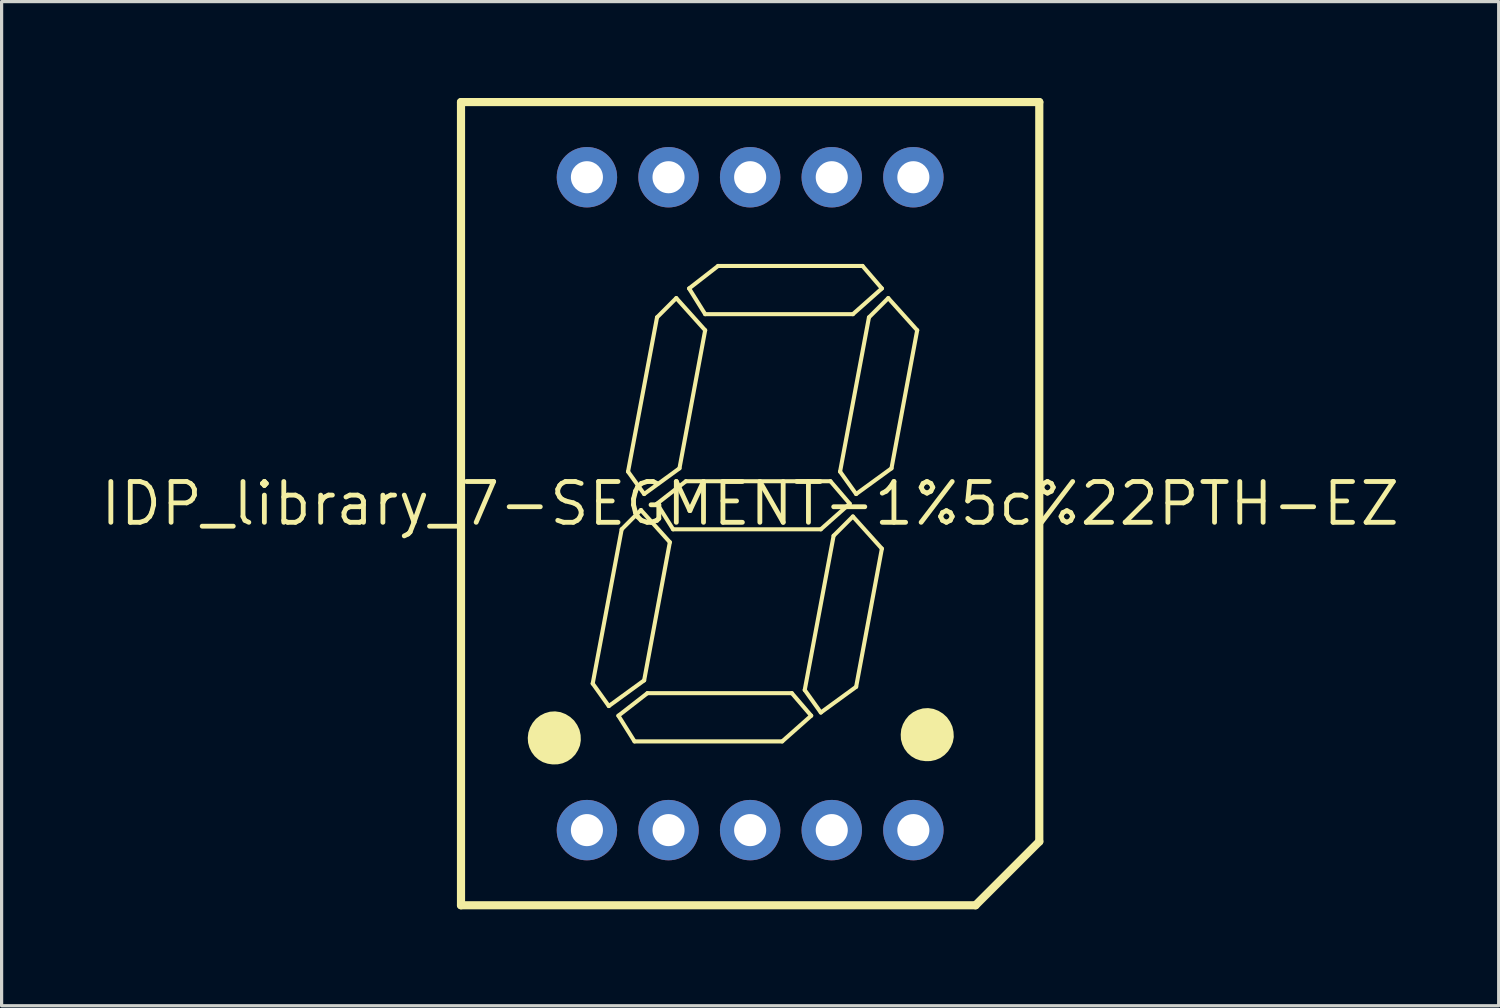
<source format=kicad_pcb>
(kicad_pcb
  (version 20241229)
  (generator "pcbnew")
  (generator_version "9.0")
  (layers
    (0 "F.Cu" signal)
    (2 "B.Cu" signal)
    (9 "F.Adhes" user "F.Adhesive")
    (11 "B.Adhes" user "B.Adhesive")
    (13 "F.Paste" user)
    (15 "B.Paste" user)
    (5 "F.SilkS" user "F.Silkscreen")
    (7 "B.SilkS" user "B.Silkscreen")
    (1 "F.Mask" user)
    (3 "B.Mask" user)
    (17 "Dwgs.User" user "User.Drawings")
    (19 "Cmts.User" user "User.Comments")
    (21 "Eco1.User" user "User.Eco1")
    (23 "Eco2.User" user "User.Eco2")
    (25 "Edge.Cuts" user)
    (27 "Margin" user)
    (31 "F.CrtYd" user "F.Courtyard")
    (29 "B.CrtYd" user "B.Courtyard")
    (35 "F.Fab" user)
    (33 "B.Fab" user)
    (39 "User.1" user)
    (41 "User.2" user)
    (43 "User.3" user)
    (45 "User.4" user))
  (footprint "IDP_library_7-SEGMENT-1%5c%22PTH-EZ"
    (layer "F.Cu")
    (at 20.297 12.626)
    (property "Reference" "IDP_library_7-SEGMENT-1%5c%22PTH-EZ" (at 0 0 0) (layer "F.SilkS") (effects (font (size 1.27 1.27) (thickness 0.15))))
    (attr exclude_from_pos_files exclude_from_bom)
    (fp_poly (pts (xy -4.648 -10.15) (xy -4.658 -10.249) (xy -4.689 -10.34) (xy -4.74 -10.424) (xy -4.808 -10.493) (xy -4.892 -10.546) (xy -4.983 -10.579) (xy -5.083 -10.592) (xy -5.177 -10.579) (xy -5.268 -10.549) (xy -5.349 -10.498) (xy -5.418 -10.429) (xy -5.469 -10.348) (xy -5.499 -10.257) (xy -5.512 -10.163) (xy -5.499 -10.063) (xy -5.469 -9.972) (xy -5.418 -9.888) (xy -5.349 -9.82) (xy -5.265 -9.766) (xy -5.174 -9.733) (xy -5.075 -9.721) (xy -4.981 -9.733) (xy -4.889 -9.764) (xy -4.808 -9.815) (xy -4.74 -9.883) (xy -4.689 -9.964) (xy -4.658 -10.056) (xy -4.648 -10.15)) (stroke (width 0.127) (type solid)) (fill yes) (layer "F.Mask"))
    (fp_poly (pts (xy -4.648 10.168) (xy -4.658 10.069) (xy -4.689 9.977) (xy -4.74 9.893) (xy -4.808 9.825) (xy -4.892 9.771) (xy -4.983 9.738) (xy -5.083 9.728) (xy -5.177 9.738) (xy -5.268 9.769) (xy -5.349 9.82) (xy -5.418 9.888) (xy -5.469 9.97) (xy -5.499 10.061) (xy -5.512 10.155) (xy -5.499 10.254) (xy -5.469 10.345) (xy -5.418 10.429) (xy -5.349 10.498) (xy -5.265 10.551) (xy -5.174 10.584) (xy -5.075 10.597) (xy -4.981 10.584) (xy -4.889 10.554) (xy -4.808 10.503) (xy -4.74 10.434) (xy -4.689 10.353) (xy -4.658 10.262) (xy -4.648 10.168)) (stroke (width 0.127) (type solid)) (fill yes) (layer "F.Mask"))
    (fp_poly (pts (xy -2.108 -10.15) (xy -2.118 -10.249) (xy -2.149 -10.34) (xy -2.2 -10.424) (xy -2.268 -10.493) (xy -2.352 -10.546) (xy -2.443 -10.579) (xy -2.543 -10.592) (xy -2.637 -10.579) (xy -2.728 -10.549) (xy -2.809 -10.498) (xy -2.878 -10.429) (xy -2.929 -10.348) (xy -2.959 -10.257) (xy -2.972 -10.163) (xy -2.959 -10.063) (xy -2.929 -9.972) (xy -2.878 -9.888) (xy -2.809 -9.82) (xy -2.725 -9.766) (xy -2.634 -9.733) (xy -2.535 -9.721) (xy -2.441 -9.733) (xy -2.349 -9.764) (xy -2.268 -9.815) (xy -2.2 -9.883) (xy -2.149 -9.964) (xy -2.118 -10.056) (xy -2.108 -10.15)) (stroke (width 0.127) (type solid)) (fill yes) (layer "F.Mask"))
    (fp_poly (pts (xy -2.108 10.168) (xy -2.118 10.069) (xy -2.149 9.977) (xy -2.2 9.893) (xy -2.268 9.825) (xy -2.352 9.771) (xy -2.443 9.738) (xy -2.543 9.728) (xy -2.637 9.738) (xy -2.728 9.769) (xy -2.809 9.82) (xy -2.878 9.888) (xy -2.929 9.97) (xy -2.959 10.061) (xy -2.972 10.155) (xy -2.959 10.254) (xy -2.929 10.345) (xy -2.878 10.429) (xy -2.809 10.498) (xy -2.725 10.551) (xy -2.634 10.584) (xy -2.535 10.597) (xy -2.441 10.584) (xy -2.349 10.554) (xy -2.268 10.503) (xy -2.2 10.434) (xy -2.149 10.353) (xy -2.118 10.262) (xy -2.108 10.168)) (stroke (width 0.127) (type solid)) (fill yes) (layer "F.Mask"))
    (fp_poly (pts (xy 0.432 -10.15) (xy 0.419 -10.249) (xy 0.389 -10.34) (xy 0.338 -10.424) (xy 0.269 -10.493) (xy 0.185 -10.546) (xy 0.094 -10.579) (xy -0.003 -10.592) (xy -0.097 -10.579) (xy -0.188 -10.549) (xy -0.269 -10.498) (xy -0.338 -10.429) (xy -0.389 -10.348) (xy -0.419 -10.257) (xy -0.432 -10.163) (xy -0.419 -10.063) (xy -0.389 -9.972) (xy -0.338 -9.888) (xy -0.269 -9.82) (xy -0.185 -9.766) (xy -0.094 -9.733) (xy 0.003 -9.721) (xy 0.097 -9.733) (xy 0.188 -9.764) (xy 0.269 -9.815) (xy 0.338 -9.883) (xy 0.389 -9.964) (xy 0.419 -10.056) (xy 0.432 -10.15)) (stroke (width 0.127) (type solid)) (fill yes) (layer "F.Mask"))
    (fp_poly (pts (xy 0.432 10.168) (xy 0.419 10.069) (xy 0.389 9.977) (xy 0.338 9.893) (xy 0.269 9.825) (xy 0.185 9.771) (xy 0.094 9.738) (xy -0.003 9.728) (xy -0.097 9.738) (xy -0.188 9.769) (xy -0.269 9.82) (xy -0.338 9.888) (xy -0.389 9.97) (xy -0.419 10.061) (xy -0.432 10.155) (xy -0.419 10.254) (xy -0.389 10.345) (xy -0.338 10.429) (xy -0.269 10.498) (xy -0.185 10.551) (xy -0.094 10.584) (xy 0.003 10.597) (xy 0.097 10.584) (xy 0.188 10.554) (xy 0.269 10.503) (xy 0.338 10.434) (xy 0.389 10.353) (xy 0.419 10.262) (xy 0.432 10.168)) (stroke (width 0.127) (type solid)) (fill yes) (layer "F.Mask"))
    (fp_poly (pts (xy 2.972 -10.15) (xy 2.959 -10.249) (xy 2.929 -10.34) (xy 2.878 -10.424) (xy 2.809 -10.493) (xy 2.725 -10.546) (xy 2.634 -10.579) (xy 2.535 -10.592) (xy 2.441 -10.579) (xy 2.349 -10.549) (xy 2.268 -10.498) (xy 2.2 -10.429) (xy 2.149 -10.348) (xy 2.118 -10.257) (xy 2.108 -10.163) (xy 2.118 -10.063) (xy 2.149 -9.972) (xy 2.2 -9.888) (xy 2.268 -9.82) (xy 2.352 -9.766) (xy 2.443 -9.733) (xy 2.543 -9.721) (xy 2.637 -9.733) (xy 2.728 -9.764) (xy 2.809 -9.815) (xy 2.878 -9.883) (xy 2.929 -9.964) (xy 2.959 -10.056) (xy 2.972 -10.15)) (stroke (width 0.127) (type solid)) (fill yes) (layer "F.Mask"))
    (fp_poly (pts (xy 2.972 10.168) (xy 2.959 10.069) (xy 2.929 9.977) (xy 2.878 9.893) (xy 2.809 9.825) (xy 2.725 9.771) (xy 2.634 9.738) (xy 2.535 9.728) (xy 2.441 9.738) (xy 2.349 9.769) (xy 2.268 9.82) (xy 2.2 9.888) (xy 2.149 9.97) (xy 2.118 10.061) (xy 2.108 10.155) (xy 2.118 10.254) (xy 2.149 10.345) (xy 2.2 10.429) (xy 2.268 10.498) (xy 2.352 10.551) (xy 2.443 10.584) (xy 2.543 10.597) (xy 2.637 10.584) (xy 2.728 10.554) (xy 2.809 10.503) (xy 2.878 10.434) (xy 2.929 10.353) (xy 2.959 10.262) (xy 2.972 10.168)) (stroke (width 0.127) (type solid)) (fill yes) (layer "F.Mask"))
    (fp_poly (pts (xy 5.512 -10.15) (xy 5.499 -10.249) (xy 5.469 -10.34) (xy 5.418 -10.424) (xy 5.349 -10.493) (xy 5.265 -10.546) (xy 5.174 -10.579) (xy 5.075 -10.592) (xy 4.981 -10.579) (xy 4.889 -10.549) (xy 4.808 -10.498) (xy 4.74 -10.429) (xy 4.689 -10.348) (xy 4.658 -10.257) (xy 4.648 -10.163) (xy 4.658 -10.063) (xy 4.689 -9.972) (xy 4.74 -9.888) (xy 4.808 -9.82) (xy 4.892 -9.766) (xy 4.983 -9.733) (xy 5.083 -9.721) (xy 5.177 -9.733) (xy 5.268 -9.764) (xy 5.349 -9.815) (xy 5.418 -9.883) (xy 5.469 -9.964) (xy 5.499 -10.056) (xy 5.512 -10.15)) (stroke (width 0.127) (type solid)) (fill yes) (layer "F.Mask"))
    (fp_poly (pts (xy 5.512 10.168) (xy 5.499 10.069) (xy 5.469 9.977) (xy 5.418 9.893) (xy 5.349 9.825) (xy 5.265 9.771) (xy 5.174 9.738) (xy 5.075 9.728) (xy 4.981 9.738) (xy 4.889 9.769) (xy 4.808 9.82) (xy 4.74 9.888) (xy 4.689 9.97) (xy 4.658 10.061) (xy 4.648 10.155) (xy 4.658 10.254) (xy 4.689 10.345) (xy 4.74 10.429) (xy 4.808 10.498) (xy 4.892 10.551) (xy 4.983 10.584) (xy 5.083 10.597) (xy 5.177 10.584) (xy 5.268 10.554) (xy 5.349 10.503) (xy 5.418 10.434) (xy 5.469 10.353) (xy 5.499 10.262) (xy 5.512 10.168)) (stroke (width 0.127) (type solid)) (fill yes) (layer "F.Mask"))
    (fp_poly (pts (xy -5.088 -9.241) (xy -5.268 -9.258) (xy -5.441 -9.309) (xy -5.601 -9.393) (xy -5.743 -9.505) (xy -5.857 -9.644) (xy -5.946 -9.802) (xy -5.999 -9.975) (xy -6.02 -10.152) (xy -5.999 -10.335) (xy -5.946 -10.511) (xy -5.86 -10.673) (xy -5.745 -10.813) (xy -5.603 -10.93) (xy -5.441 -11.016) (xy -5.265 -11.069) (xy -5.085 -11.087) (xy -4.902 -11.069) (xy -4.727 -11.016) (xy -4.567 -10.93) (xy -4.425 -10.815) (xy -4.31 -10.676) (xy -4.224 -10.513) (xy -4.171 -10.34) (xy -4.153 -10.16) (xy -4.171 -9.977) (xy -4.227 -9.804) (xy -4.313 -9.644) (xy -4.43 -9.507) (xy -4.572 -9.393) (xy -4.735 -9.309) (xy -4.907 -9.258) (xy -5.088 -9.241)) (stroke (width 0.127) (type solid)) (fill yes) (layer "B.Mask"))
    (fp_poly (pts (xy -5.088 11.077) (xy -5.268 11.059) (xy -5.441 11.008) (xy -5.601 10.925) (xy -5.743 10.813) (xy -5.857 10.673) (xy -5.946 10.516) (xy -5.999 10.343) (xy -6.02 10.165) (xy -5.999 9.982) (xy -5.946 9.807) (xy -5.86 9.644) (xy -5.745 9.505) (xy -5.603 9.388) (xy -5.441 9.301) (xy -5.265 9.248) (xy -5.085 9.233) (xy -4.902 9.248) (xy -4.727 9.301) (xy -4.567 9.388) (xy -4.425 9.502) (xy -4.31 9.642) (xy -4.224 9.804) (xy -4.171 9.977) (xy -4.153 10.16) (xy -4.171 10.34) (xy -4.227 10.513) (xy -4.313 10.673) (xy -4.43 10.81) (xy -4.572 10.925) (xy -4.735 11.008) (xy -4.907 11.059) (xy -5.088 11.077)) (stroke (width 0.127) (type solid)) (fill yes) (layer "B.Mask"))
    (fp_poly (pts (xy -2.548 -9.241) (xy -2.728 -9.258) (xy -2.901 -9.309) (xy -3.061 -9.393) (xy -3.203 -9.505) (xy -3.317 -9.644) (xy -3.406 -9.802) (xy -3.459 -9.975) (xy -3.48 -10.152) (xy -3.459 -10.335) (xy -3.406 -10.511) (xy -3.32 -10.673) (xy -3.205 -10.813) (xy -3.063 -10.93) (xy -2.901 -11.016) (xy -2.725 -11.069) (xy -2.545 -11.087) (xy -2.362 -11.069) (xy -2.187 -11.016) (xy -2.027 -10.93) (xy -1.885 -10.815) (xy -1.77 -10.676) (xy -1.684 -10.513) (xy -1.631 -10.34) (xy -1.613 -10.16) (xy -1.631 -9.977) (xy -1.687 -9.804) (xy -1.773 -9.644) (xy -1.89 -9.507) (xy -2.032 -9.393) (xy -2.195 -9.309) (xy -2.367 -9.258) (xy -2.548 -9.241)) (stroke (width 0.127) (type solid)) (fill yes) (layer "B.Mask"))
    (fp_poly (pts (xy -2.548 11.077) (xy -2.728 11.059) (xy -2.901 11.008) (xy -3.061 10.925) (xy -3.203 10.813) (xy -3.317 10.673) (xy -3.406 10.516) (xy -3.459 10.343) (xy -3.48 10.165) (xy -3.459 9.982) (xy -3.406 9.807) (xy -3.32 9.644) (xy -3.205 9.505) (xy -3.063 9.388) (xy -2.901 9.301) (xy -2.725 9.248) (xy -2.545 9.233) (xy -2.362 9.248) (xy -2.187 9.301) (xy -2.027 9.388) (xy -1.885 9.502) (xy -1.77 9.642) (xy -1.684 9.804) (xy -1.631 9.977) (xy -1.613 10.16) (xy -1.631 10.34) (xy -1.687 10.513) (xy -1.773 10.673) (xy -1.89 10.81) (xy -2.032 10.925) (xy -2.195 11.008) (xy -2.367 11.059) (xy -2.548 11.077)) (stroke (width 0.127) (type solid)) (fill yes) (layer "B.Mask"))
    (fp_poly (pts (xy -0.008 -9.241) (xy -0.188 -9.258) (xy -0.361 -9.309) (xy -0.521 -9.393) (xy -0.663 -9.505) (xy -0.777 -9.644) (xy -0.866 -9.802) (xy -0.919 -9.975) (xy -0.94 -10.152) (xy -0.919 -10.335) (xy -0.866 -10.511) (xy -0.78 -10.673) (xy -0.665 -10.813) (xy -0.523 -10.93) (xy -0.361 -11.016) (xy -0.185 -11.069) (xy -0.005 -11.087) (xy 0.175 -11.069) (xy 0.351 -11.016) (xy 0.511 -10.93) (xy 0.653 -10.815) (xy 0.767 -10.676) (xy 0.853 -10.513) (xy 0.907 -10.34) (xy 0.927 -10.16) (xy 0.907 -9.977) (xy 0.851 -9.804) (xy 0.765 -9.644) (xy 0.648 -9.507) (xy 0.505 -9.393) (xy 0.343 -9.309) (xy 0.17 -9.258) (xy -0.008 -9.241)) (stroke (width 0.127) (type solid)) (fill yes) (layer "B.Mask"))
    (fp_poly (pts (xy -0.008 11.077) (xy -0.188 11.059) (xy -0.361 11.008) (xy -0.521 10.925) (xy -0.663 10.813) (xy -0.777 10.673) (xy -0.866 10.516) (xy -0.919 10.343) (xy -0.94 10.165) (xy -0.919 9.982) (xy -0.866 9.807) (xy -0.78 9.644) (xy -0.665 9.505) (xy -0.523 9.388) (xy -0.361 9.301) (xy -0.185 9.248) (xy -0.005 9.233) (xy 0.175 9.248) (xy 0.351 9.301) (xy 0.511 9.388) (xy 0.653 9.502) (xy 0.767 9.642) (xy 0.853 9.804) (xy 0.907 9.977) (xy 0.927 10.16) (xy 0.907 10.34) (xy 0.851 10.513) (xy 0.765 10.673) (xy 0.648 10.81) (xy 0.505 10.925) (xy 0.343 11.008) (xy 0.17 11.059) (xy -0.008 11.077)) (stroke (width 0.127) (type solid)) (fill yes) (layer "B.Mask"))
    (fp_poly (pts (xy 2.53 -9.241) (xy 2.349 -9.258) (xy 2.177 -9.309) (xy 2.017 -9.393) (xy 1.875 -9.505) (xy 1.76 -9.644) (xy 1.671 -9.802) (xy 1.618 -9.975) (xy 1.6 -10.152) (xy 1.618 -10.335) (xy 1.671 -10.511) (xy 1.758 -10.673) (xy 1.872 -10.813) (xy 2.014 -10.93) (xy 2.177 -11.016) (xy 2.352 -11.069) (xy 2.532 -11.087) (xy 2.715 -11.069) (xy 2.891 -11.016) (xy 3.051 -10.93) (xy 3.193 -10.815) (xy 3.307 -10.676) (xy 3.393 -10.513) (xy 3.447 -10.34) (xy 3.467 -10.16) (xy 3.447 -9.977) (xy 3.391 -9.804) (xy 3.305 -9.644) (xy 3.188 -9.507) (xy 3.045 -9.393) (xy 2.883 -9.309) (xy 2.71 -9.258) (xy 2.53 -9.241)) (stroke (width 0.127) (type solid)) (fill yes) (layer "B.Mask"))
    (fp_poly (pts (xy 2.53 11.077) (xy 2.349 11.059) (xy 2.177 11.008) (xy 2.017 10.925) (xy 1.875 10.813) (xy 1.76 10.673) (xy 1.671 10.516) (xy 1.618 10.343) (xy 1.6 10.165) (xy 1.618 9.982) (xy 1.671 9.807) (xy 1.758 9.644) (xy 1.872 9.505) (xy 2.014 9.388) (xy 2.177 9.301) (xy 2.352 9.248) (xy 2.532 9.233) (xy 2.715 9.248) (xy 2.891 9.301) (xy 3.051 9.388) (xy 3.193 9.502) (xy 3.307 9.642) (xy 3.393 9.804) (xy 3.447 9.977) (xy 3.467 10.16) (xy 3.447 10.34) (xy 3.391 10.513) (xy 3.305 10.673) (xy 3.188 10.81) (xy 3.045 10.925) (xy 2.883 11.008) (xy 2.71 11.059) (xy 2.53 11.077)) (stroke (width 0.127) (type solid)) (fill yes) (layer "B.Mask"))
    (fp_poly (pts (xy 5.07 -9.241) (xy 4.889 -9.258) (xy 4.717 -9.309) (xy 4.557 -9.393) (xy 4.415 -9.505) (xy 4.3 -9.644) (xy 4.211 -9.802) (xy 4.158 -9.975) (xy 4.14 -10.152) (xy 4.158 -10.335) (xy 4.211 -10.511) (xy 4.298 -10.673) (xy 4.412 -10.813) (xy 4.554 -10.93) (xy 4.717 -11.016) (xy 4.892 -11.069) (xy 5.072 -11.087) (xy 5.255 -11.069) (xy 5.431 -11.016) (xy 5.591 -10.93) (xy 5.733 -10.815) (xy 5.847 -10.676) (xy 5.933 -10.513) (xy 5.987 -10.34) (xy 6.007 -10.16) (xy 5.987 -9.977) (xy 5.931 -9.804) (xy 5.845 -9.644) (xy 5.728 -9.507) (xy 5.585 -9.393) (xy 5.423 -9.309) (xy 5.25 -9.258) (xy 5.07 -9.241)) (stroke (width 0.127) (type solid)) (fill yes) (layer "B.Mask"))
    (fp_poly (pts (xy 5.07 11.077) (xy 4.889 11.059) (xy 4.717 11.008) (xy 4.557 10.925) (xy 4.415 10.813) (xy 4.3 10.673) (xy 4.211 10.516) (xy 4.158 10.343) (xy 4.14 10.165) (xy 4.158 9.982) (xy 4.211 9.807) (xy 4.298 9.644) (xy 4.412 9.505) (xy 4.554 9.388) (xy 4.717 9.301) (xy 4.892 9.248) (xy 5.072 9.233) (xy 5.255 9.248) (xy 5.431 9.301) (xy 5.591 9.388) (xy 5.733 9.502) (xy 5.847 9.642) (xy 5.933 9.804) (xy 5.987 9.977) (xy 6.007 10.16) (xy 5.987 10.34) (xy 5.931 10.513) (xy 5.845 10.673) (xy 5.728 10.81) (xy 5.585 10.925) (xy 5.423 11.008) (xy 5.25 11.059) (xy 5.07 11.077)) (stroke (width 0.127) (type solid)) (fill yes) (layer "B.Mask"))
    (fp_line (start -8.999 -12.499) (end 8.999 -12.499) (stroke (width 0.254) (type solid)) (layer "F.SilkS"))
    (fp_line (start -8.999 12.499) (end -8.999 -12.499) (stroke (width 0.254) (type solid)) (layer "F.SilkS"))
    (fp_line (start -4.9 5.598) (end -3.998 0.798) (stroke (width 0.127) (type solid)) (layer "F.SilkS"))
    (fp_line (start -4.399 6.299) (end -4.9 5.598) (stroke (width 0.127) (type solid)) (layer "F.SilkS"))
    (fp_line (start -4.1 6.599) (end -3.198 5.898) (stroke (width 0.127) (type solid)) (layer "F.SilkS"))
    (fp_line (start -3.998 0.798) (end -3.399 0.198) (stroke (width 0.127) (type solid)) (layer "F.SilkS"))
    (fp_line (start -3.8 -0.998) (end -2.898 -5.799) (stroke (width 0.127) (type solid)) (layer "F.SilkS"))
    (fp_line (start -3.599 7.399) (end -4.1 6.599) (stroke (width 0.127) (type solid)) (layer "F.SilkS"))
    (fp_line (start -3.399 0.198) (end -2.499 1.199) (stroke (width 0.127) (type solid)) (layer "F.SilkS"))
    (fp_line (start -3.299 -0.3) (end -3.8 -0.998) (stroke (width 0.127) (type solid)) (layer "F.SilkS"))
    (fp_line (start -3.299 5.499) (end -4.399 6.299) (stroke (width 0.127) (type solid)) (layer "F.SilkS"))
    (fp_line (start -3.198 5.898) (end 1.298 5.898) (stroke (width 0.127) (type solid)) (layer "F.SilkS"))
    (fp_line (start -2.898 -5.799) (end -2.299 -6.398) (stroke (width 0.127) (type solid)) (layer "F.SilkS"))
    (fp_line (start -2.898 0) (end -1.999 -0.699) (stroke (width 0.127) (type solid)) (layer "F.SilkS"))
    (fp_line (start -2.499 1.199) (end -3.299 5.499) (stroke (width 0.127) (type solid)) (layer "F.SilkS"))
    (fp_line (start -2.398 0.798) (end -2.898 0) (stroke (width 0.127) (type solid)) (layer "F.SilkS"))
    (fp_line (start -2.299 -6.398) (end -1.4 -5.397) (stroke (width 0.127) (type solid)) (layer "F.SilkS"))
    (fp_line (start -2.2 -1.1) (end -3.299 -0.3) (stroke (width 0.127) (type solid)) (layer "F.SilkS"))
    (fp_line (start -1.999 -0.699) (end 2.499 -0.699) (stroke (width 0.127) (type solid)) (layer "F.SilkS"))
    (fp_line (start -1.9 -6.698) (end -0.998 -7.399) (stroke (width 0.127) (type solid)) (layer "F.SilkS"))
    (fp_line (start -1.4 -5.898) (end -1.9 -6.698) (stroke (width 0.127) (type solid)) (layer "F.SilkS"))
    (fp_line (start -1.4 -5.397) (end -2.2 -1.1) (stroke (width 0.127) (type solid)) (layer "F.SilkS"))
    (fp_line (start -0.998 -7.399) (end 3.498 -7.399) (stroke (width 0.127) (type solid)) (layer "F.SilkS"))
    (fp_line (start 0.998 7.399) (end -3.599 7.399) (stroke (width 0.127) (type solid)) (layer "F.SilkS"))
    (fp_line (start 1.298 5.898) (end 1.9 6.599) (stroke (width 0.127) (type solid)) (layer "F.SilkS"))
    (fp_line (start 1.699 5.799) (end 2.598 0.998) (stroke (width 0.127) (type solid)) (layer "F.SilkS"))
    (fp_line (start 1.9 6.599) (end 0.998 7.399) (stroke (width 0.127) (type solid)) (layer "F.SilkS"))
    (fp_line (start 2.2 0.798) (end -2.398 0.798) (stroke (width 0.127) (type solid)) (layer "F.SilkS"))
    (fp_line (start 2.2 6.5) (end 1.699 5.799) (stroke (width 0.127) (type solid)) (layer "F.SilkS"))
    (fp_line (start 2.499 -0.699) (end 3.099 0) (stroke (width 0.127) (type solid)) (layer "F.SilkS"))
    (fp_line (start 2.598 0.998) (end 3.198 0.399) (stroke (width 0.127) (type solid)) (layer "F.SilkS"))
    (fp_line (start 2.799 -0.998) (end 3.698 -5.799) (stroke (width 0.127) (type solid)) (layer "F.SilkS"))
    (fp_line (start 3.099 0) (end 2.2 0.798) (stroke (width 0.127) (type solid)) (layer "F.SilkS"))
    (fp_line (start 3.198 -5.898) (end -1.4 -5.898) (stroke (width 0.127) (type solid)) (layer "F.SilkS"))
    (fp_line (start 3.198 0.399) (end 4.1 1.4) (stroke (width 0.127) (type solid)) (layer "F.SilkS"))
    (fp_line (start 3.299 -0.3) (end 2.799 -0.998) (stroke (width 0.127) (type solid)) (layer "F.SilkS"))
    (fp_line (start 3.299 5.7) (end 2.2 6.5) (stroke (width 0.127) (type solid)) (layer "F.SilkS"))
    (fp_line (start 3.498 -7.399) (end 4.1 -6.698) (stroke (width 0.127) (type solid)) (layer "F.SilkS"))
    (fp_line (start 3.698 -5.799) (end 4.298 -6.398) (stroke (width 0.127) (type solid)) (layer "F.SilkS"))
    (fp_line (start 4.1 -6.698) (end 3.198 -5.898) (stroke (width 0.127) (type solid)) (layer "F.SilkS"))
    (fp_line (start 4.1 1.4) (end 3.299 5.7) (stroke (width 0.127) (type solid)) (layer "F.SilkS"))
    (fp_line (start 4.298 -6.398) (end 5.199 -5.397) (stroke (width 0.127) (type solid)) (layer "F.SilkS"))
    (fp_line (start 4.399 -1.1) (end 3.299 -0.3) (stroke (width 0.127) (type solid)) (layer "F.SilkS"))
    (fp_line (start 5.199 -5.397) (end 4.399 -1.1) (stroke (width 0.127) (type solid)) (layer "F.SilkS"))
    (fp_line (start 7.015 12.499) (end -8.999 12.499) (stroke (width 0.254) (type solid)) (layer "F.SilkS"))
    (fp_line (start 8.999 -12.499) (end 8.999 10.516) (stroke (width 0.254) (type solid)) (layer "F.SilkS"))
    (fp_line (start 8.999 10.516) (end 7.015 12.499) (stroke (width 0.254) (type solid)) (layer "F.SilkS"))
    (fp_poly (pts (xy -6.071 6.528) (xy -5.916 6.551) (xy -5.771 6.607) (xy -5.641 6.688) (xy -5.527 6.792) (xy -5.438 6.919) (xy -5.372 7.059) (xy -5.339 7.211) (xy -5.334 7.366) (xy -5.359 7.511) (xy -5.415 7.645) (xy -5.494 7.77) (xy -5.598 7.877) (xy -5.718 7.96) (xy -5.855 8.019) (xy -5.997 8.049) (xy -6.147 8.052) (xy -6.289 8.031) (xy -6.426 7.986) (xy -6.551 7.912) (xy -6.66 7.816) (xy -6.746 7.701) (xy -6.81 7.572) (xy -6.848 7.432) (xy -6.858 7.29) (xy -6.84 7.137) (xy -6.792 6.993) (xy -6.718 6.861) (xy -6.622 6.744) (xy -6.502 6.65) (xy -6.368 6.581) (xy -6.22 6.538) (xy -6.071 6.528)) (stroke (width 0.127) (type solid)) (fill yes) (layer "F.SilkS"))
    (fp_poly (pts (xy 5.537 6.426) (xy 5.69 6.449) (xy 5.834 6.505) (xy 5.964 6.586) (xy 6.078 6.69) (xy 6.167 6.817) (xy 6.233 6.957) (xy 6.266 7.109) (xy 6.274 7.262) (xy 6.246 7.409) (xy 6.19 7.544) (xy 6.111 7.668) (xy 6.007 7.775) (xy 5.888 7.859) (xy 5.751 7.917) (xy 5.608 7.948) (xy 5.461 7.95) (xy 5.316 7.93) (xy 5.179 7.884) (xy 5.055 7.811) (xy 4.945 7.714) (xy 4.859 7.6) (xy 4.796 7.47) (xy 4.757 7.33) (xy 4.75 7.186) (xy 4.765 7.036) (xy 4.813 6.891) (xy 4.887 6.759) (xy 4.983 6.642) (xy 5.103 6.548) (xy 5.237 6.48) (xy 5.385 6.436) (xy 5.537 6.426)) (stroke (width 0.127) (type solid)) (fill yes) (layer "F.SilkS"))
    (pad "1" thru_hole circle (at -5.08 10.16) (size 1.88 1.88) (drill 0.998) (layers "*.Cu" "*.Paste" "*.Mask"))
    (pad "2" thru_hole circle (at -2.54 10.16) (size 1.88 1.88) (drill 0.998) (layers "*.Cu" "*.Paste" "*.Mask"))
    (pad "3" thru_hole circle (at 0 10.16) (size 1.88 1.88) (drill 0.998) (layers "*.Cu" "*.Paste" "*.Mask"))
    (pad "4" thru_hole circle (at 2.54 10.16) (size 1.88 1.88) (drill 0.998) (layers "*.Cu" "*.Paste" "*.Mask"))
    (pad "5" thru_hole circle (at 5.08 10.16) (size 1.88 1.88) (drill 0.998) (layers "*.Cu" "*.Paste" "*.Mask"))
    (pad "6" thru_hole circle (at 5.08 -10.16) (size 1.88 1.88) (drill 0.998) (layers "*.Cu" "*.Paste" "*.Mask"))
    (pad "7" thru_hole circle (at 2.54 -10.16) (size 1.88 1.88) (drill 0.998) (layers "*.Cu" "*.Paste" "*.Mask"))
    (pad "8" thru_hole circle (at 0 -10.16) (size 1.88 1.88) (drill 0.998) (layers "*.Cu" "*.Paste" "*.Mask"))
    (pad "9" thru_hole circle (at -2.54 -10.16) (size 1.88 1.88) (drill 0.998) (layers "*.Cu" "*.Paste" "*.Mask"))
    (pad "10" thru_hole circle (at -5.08 -10.16) (size 1.88 1.88) (drill 0.998) (layers "*.Cu" "*.Paste" "*.Mask")))
  (gr_rect
    (start -3 -3)
    (end 43.594 28.253)
    (stroke (width 0.1) (type default))
    (fill no)
    (layer "Edge.Cuts")))
</source>
